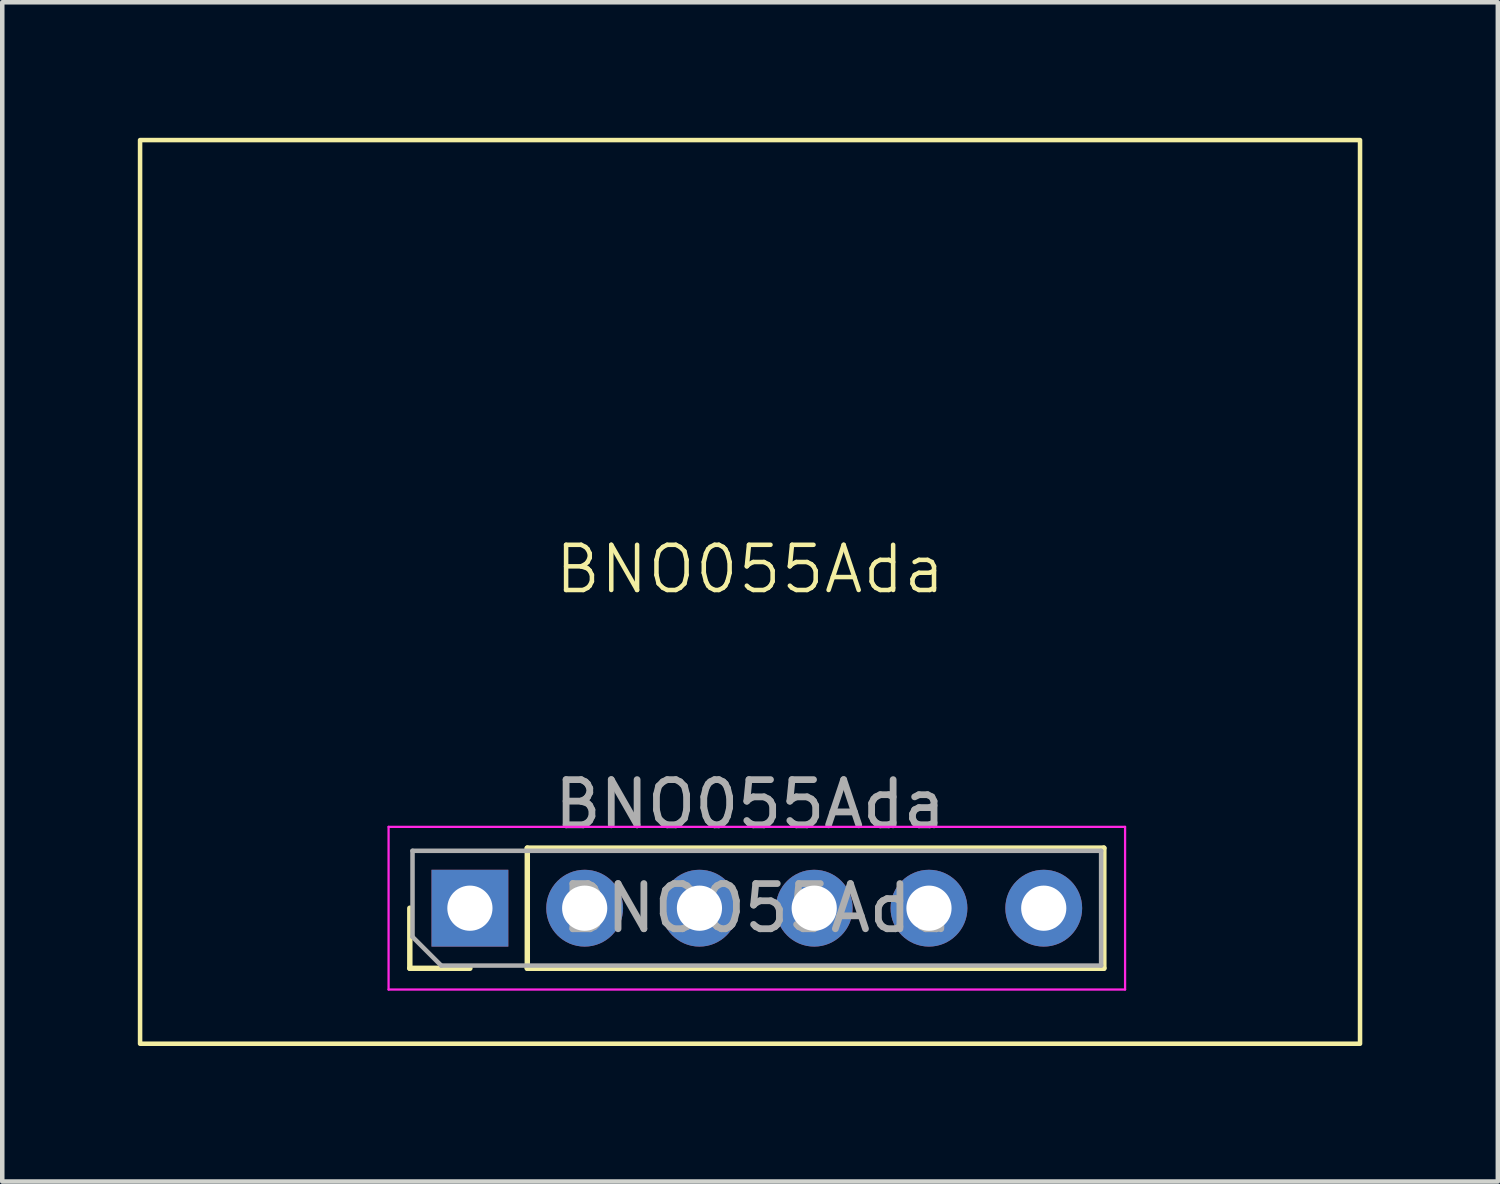
<source format=kicad_pcb>
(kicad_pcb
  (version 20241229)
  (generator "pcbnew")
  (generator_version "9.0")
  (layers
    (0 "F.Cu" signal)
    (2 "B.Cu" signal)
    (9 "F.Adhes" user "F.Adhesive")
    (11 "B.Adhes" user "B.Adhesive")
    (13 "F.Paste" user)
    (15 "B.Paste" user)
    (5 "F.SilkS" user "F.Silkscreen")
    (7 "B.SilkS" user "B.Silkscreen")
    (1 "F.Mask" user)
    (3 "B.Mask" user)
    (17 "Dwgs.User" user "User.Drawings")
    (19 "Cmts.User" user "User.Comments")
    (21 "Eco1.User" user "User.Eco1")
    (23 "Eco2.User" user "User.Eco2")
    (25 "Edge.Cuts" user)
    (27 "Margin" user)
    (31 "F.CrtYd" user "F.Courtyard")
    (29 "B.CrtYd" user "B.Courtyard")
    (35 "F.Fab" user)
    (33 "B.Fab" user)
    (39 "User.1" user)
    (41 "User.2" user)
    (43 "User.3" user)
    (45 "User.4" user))
  (footprint "BNO055Ada"
    (layer "F.Cu")
    (at 13.55 10.05)
    (property "Reference" "BNO055Ada" (at 0 -0.5 0) (unlocked yes) (layer "F.SilkS") (effects (font (size 1 1) (thickness 0.1))))
    (attr through_hole)
    (fp_line (start -7.53 8.33) (end -7.53 7) (stroke (width 0.12) (type solid)) (layer "F.SilkS"))
    (fp_line (start -6.2 8.33) (end -7.53 8.33) (stroke (width 0.12) (type solid)) (layer "F.SilkS"))
    (fp_line (start -4.93 5.67) (end 7.83 5.67) (stroke (width 0.12) (type solid)) (layer "F.SilkS"))
    (fp_line (start -4.93 8.33) (end -4.93 5.67) (stroke (width 0.12) (type solid)) (layer "F.SilkS"))
    (fp_line (start -4.93 8.33) (end 7.83 8.33) (stroke (width 0.12) (type solid)) (layer "F.SilkS"))
    (fp_line (start 7.83 8.33) (end 7.83 5.67) (stroke (width 0.12) (type solid)) (layer "F.SilkS"))
    (fp_rect (start -13.5 -10) (end 13.5 10) (stroke (width 0.1) (type default)) (fill no) (layer "F.SilkS"))
    (fp_line (start -8 5.2) (end -8 8.8) (stroke (width 0.05) (type solid)) (layer "F.CrtYd"))
    (fp_line (start -8 8.8) (end 8.3 8.8) (stroke (width 0.05) (type solid)) (layer "F.CrtYd"))
    (fp_line (start 8.3 5.2) (end -8 5.2) (stroke (width 0.05) (type solid)) (layer "F.CrtYd"))
    (fp_line (start 8.3 8.8) (end 8.3 5.2) (stroke (width 0.05) (type solid)) (layer "F.CrtYd"))
    (fp_line (start -7.47 5.73) (end 7.77 5.73) (stroke (width 0.1) (type solid)) (layer "F.Fab"))
    (fp_line (start -7.47 7.635) (end -7.47 5.73) (stroke (width 0.1) (type solid)) (layer "F.Fab"))
    (fp_line (start -6.835 8.27) (end -7.47 7.635) (stroke (width 0.1) (type solid)) (layer "F.Fab"))
    (fp_line (start 7.77 5.73) (end 7.77 8.27) (stroke (width 0.1) (type solid)) (layer "F.Fab"))
    (fp_line (start 7.77 8.27) (end -6.835 8.27) (stroke (width 0.1) (type solid)) (layer "F.Fab"))
    (fp_text user "${REFERENCE}" (at 0.15 7 180) (layer "F.Fab") (effects (font (size 1 1) (thickness 0.15))))
    (fp_text user "${REFERENCE}" (at 0 4.7 0) (unlocked yes) (layer "F.Fab") (effects (font (size 1 1) (thickness 0.15))))
    (pad "1" thru_hole rect (at -6.2 7 90) (size 1.7 1.7) (drill 1) (layers "*.Cu" "*.Mask"))
    (pad "2" thru_hole oval (at -3.66 7 90) (size 1.7 1.7) (drill 1) (layers "*.Cu" "*.Mask"))
    (pad "3" thru_hole oval (at -1.12 7 90) (size 1.7 1.7) (drill 1) (layers "*.Cu" "*.Mask"))
    (pad "4" thru_hole oval (at 1.42 7 90) (size 1.7 1.7) (drill 1) (layers "*.Cu" "*.Mask"))
    (pad "5" thru_hole oval (at 3.96 7 90) (size 1.7 1.7) (drill 1) (layers "*.Cu" "*.Mask"))
    (pad "6" thru_hole oval (at 6.5 7 90) (size 1.7 1.7) (drill 1) (layers "*.Cu" "*.Mask")))
  (gr_rect
    (start -3 -3)
    (end 30.1 23.1)
    (stroke (width 0.1) (type default))
    (fill no)
    (layer "Edge.Cuts")))
</source>
